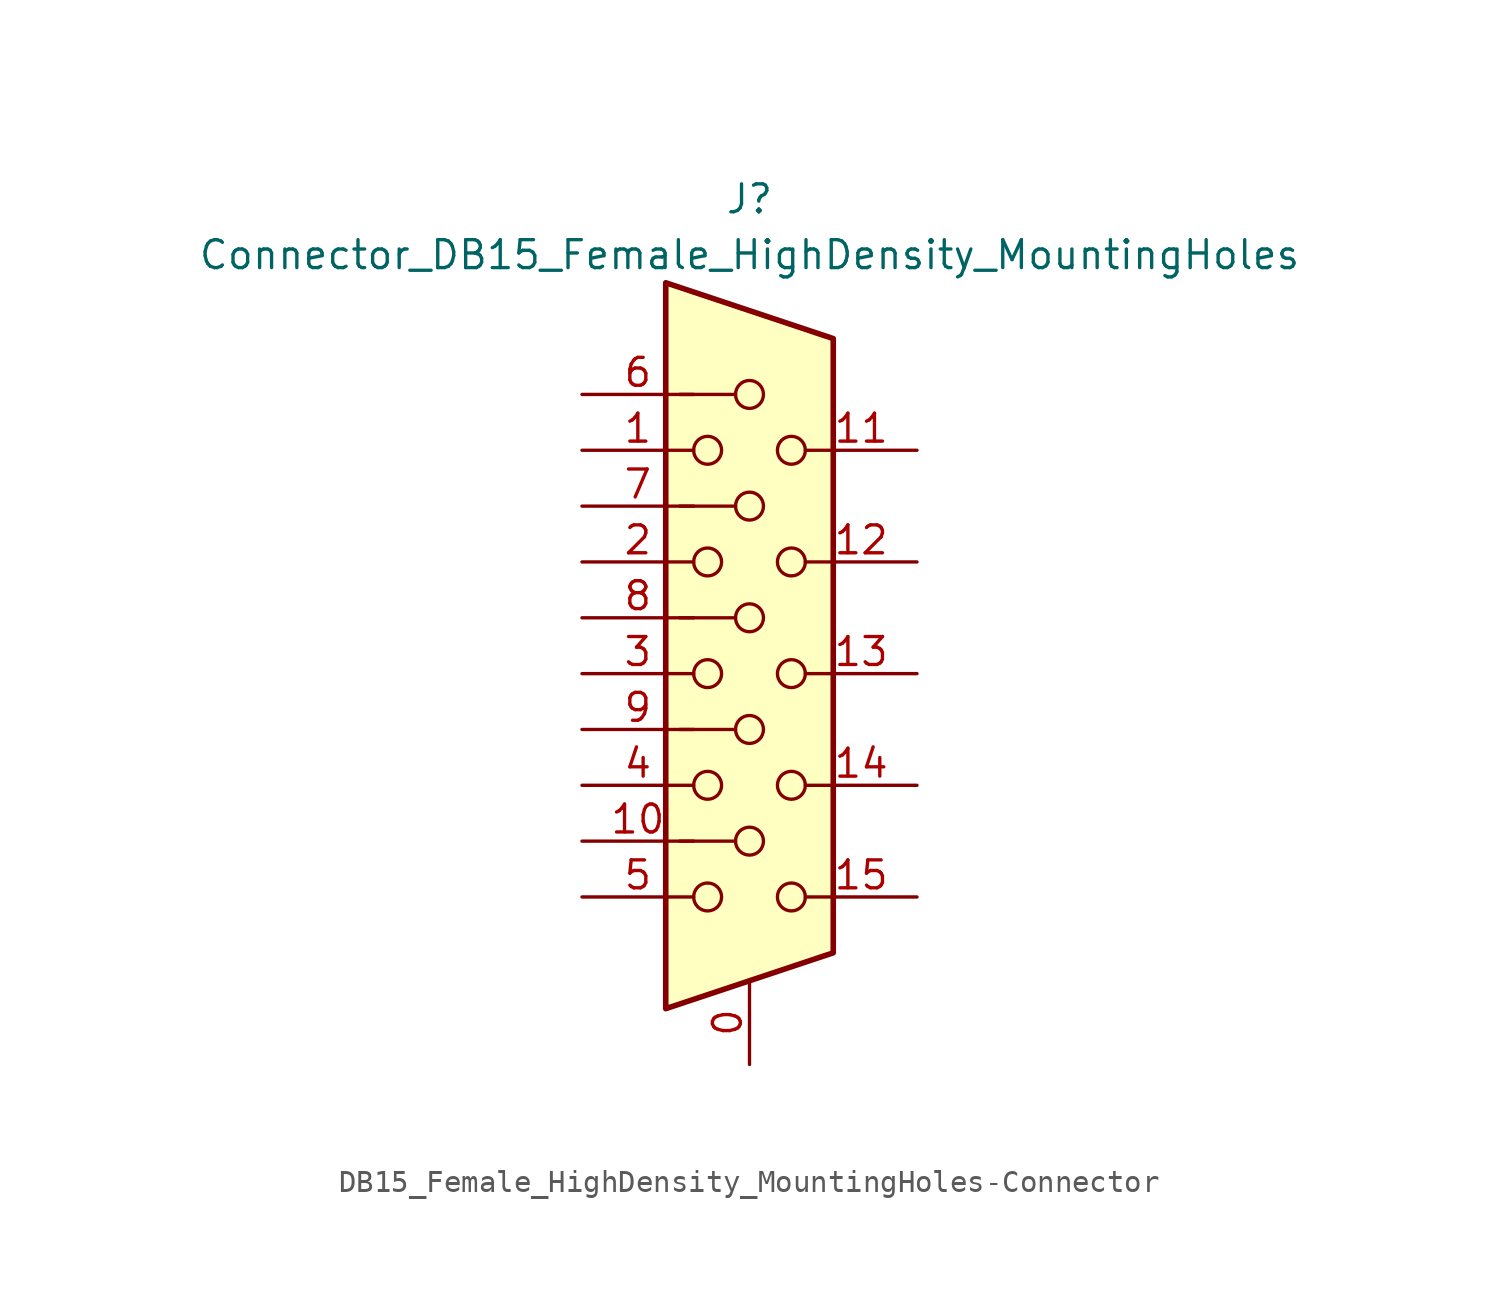
<source format=kicad_sym>
(kicad_symbol_lib
  (version 20220914)
  (generator kicad_symbol_editor)
  (symbol "DB15_Female_HighDensity_MountingHoles-Connector"
    (pin_names
      (offset 1.016) hide)
    (property "Reference" "J"
      (at 0 21.59 0)
      (effects (font (size 1.27 1.27))))
    (property "Value" "Connector_DB15_Female_HighDensity_MountingHoles"
      (at 0 19.05 0)
      (effects (font (size 1.27 1.27))))
    (symbol "DB15_Female_HighDensity_MountingHoles-Connector_0_1"
      (circle (center -1.905 -10.16) (radius 0.635) (stroke (width 0) (type solid)) (fill (type none)))
      (circle (center -1.905 -5.08) (radius 0.635) (stroke (width 0) (type solid)) (fill (type none)))
      (circle (center -1.905 0) (radius 0.635) (stroke (width 0) (type solid)) (fill (type none)))
      (circle (center -1.905 5.08) (radius 0.635) (stroke (width 0) (type solid)) (fill (type none)))
      (circle (center -1.905 10.16) (radius 0.635) (stroke (width 0) (type solid)) (fill (type none)))
      (circle (center 0 -7.62) (radius 0.635) (stroke (width 0) (type solid)) (fill (type none)))
      (circle (center 0 -2.54) (radius 0.635) (stroke (width 0) (type solid)) (fill (type none)))
      (polyline (pts (xy -3.175 7.62) (xy -0.635 7.62)) (stroke (width 0) (type solid)) (fill (type none)))
      (polyline (pts (xy -0.635 -7.62) (xy -3.175 -7.62)) (stroke (width 0) (type solid)) (fill (type none)))
      (polyline (pts (xy -0.635 -2.54) (xy -3.175 -2.54)) (stroke (width 0) (type solid)) (fill (type none)))
      (polyline (pts (xy -0.635 2.54) (xy -3.175 2.54)) (stroke (width 0) (type solid)) (fill (type none)))
      (polyline (pts (xy -0.635 12.7) (xy -3.175 12.7)) (stroke (width 0) (type solid)) (fill (type none)))
      (polyline (pts (xy -3.81 17.78) (xy -3.81 -15.24) (xy 3.81 -12.7) (xy 3.81 15.24) (xy -3.81 17.78)) (stroke (width 0.254) (type solid)) (fill (type background)))
      (circle (center 0 2.54) (radius 0.635) (stroke (width 0) (type solid)) (fill (type none)))
      (circle (center 0 7.62) (radius 0.635) (stroke (width 0) (type solid)) (fill (type none)))
      (circle (center 0 12.7) (radius 0.635) (stroke (width 0) (type solid)) (fill (type none)))
      (circle (center 1.905 -10.16) (radius 0.635) (stroke (width 0) (type solid)) (fill (type none)))
      (circle (center 1.905 -5.08) (radius 0.635) (stroke (width 0) (type solid)) (fill (type none)))
      (circle (center 1.905 0) (radius 0.635) (stroke (width 0) (type solid)) (fill (type none)))
      (circle (center 1.905 5.08) (radius 0.635) (stroke (width 0) (type solid)) (fill (type none)))
      (circle (center 1.905 10.16) (radius 0.635) (stroke (width 0) (type solid)) (fill (type none))))
    (symbol "DB15_Female_HighDensity_MountingHoles-Connector_1_1"
      (pin passive line (at 0 -17.78 90) (length 3.81) (name "~" (effects (font (size 1.27 1.27)))) (number "0" (effects (font (size 1.27 1.27)))))
      (pin passive line (at -7.62 10.16 0) (length 5.08) (name "~" (effects (font (size 1.27 1.27)))) (number "1" (effects (font (size 1.27 1.27)))))
      (pin passive line (at -7.62 -7.62 0) (length 5.08) (name "~" (effects (font (size 1.27 1.27)))) (number "10" (effects (font (size 1.27 1.27)))))
      (pin passive line (at 7.62 10.16 180) (length 5.08) (name "~" (effects (font (size 1.27 1.27)))) (number "11" (effects (font (size 1.27 1.27)))))
      (pin passive line (at 7.62 5.08 180) (length 5.08) (name "~" (effects (font (size 1.27 1.27)))) (number "12" (effects (font (size 1.27 1.27)))))
      (pin passive line (at 7.62 0 180) (length 5.08) (name "~" (effects (font (size 1.27 1.27)))) (number "13" (effects (font (size 1.27 1.27)))))
      (pin passive line (at 7.62 -5.08 180) (length 5.08) (name "~" (effects (font (size 1.27 1.27)))) (number "14" (effects (font (size 1.27 1.27)))))
      (pin passive line (at 7.62 -10.16 180) (length 5.08) (name "~" (effects (font (size 1.27 1.27)))) (number "15" (effects (font (size 1.27 1.27)))))
      (pin passive line (at -7.62 5.08 0) (length 5.08) (name "~" (effects (font (size 1.27 1.27)))) (number "2" (effects (font (size 1.27 1.27)))))
      (pin passive line (at -7.62 0 0) (length 5.08) (name "~" (effects (font (size 1.27 1.27)))) (number "3" (effects (font (size 1.27 1.27)))))
      (pin passive line (at -7.62 -5.08 0) (length 5.08) (name "~" (effects (font (size 1.27 1.27)))) (number "4" (effects (font (size 1.27 1.27)))))
      (pin passive line (at -7.62 -10.16 0) (length 5.08) (name "~" (effects (font (size 1.27 1.27)))) (number "5" (effects (font (size 1.27 1.27)))))
      (pin passive line (at -7.62 12.7 0) (length 5.08) (name "~" (effects (font (size 1.27 1.27)))) (number "6" (effects (font (size 1.27 1.27)))))
      (pin passive line (at -7.62 7.62 0) (length 5.08) (name "~" (effects (font (size 1.27 1.27)))) (number "7" (effects (font (size 1.27 1.27)))))
      (pin passive line (at -7.62 2.54 0) (length 5.08) (name "~" (effects (font (size 1.27 1.27)))) (number "8" (effects (font (size 1.27 1.27)))))
      (pin passive line (at -7.62 -2.54 0) (length 5.08) (name "~" (effects (font (size 1.27 1.27)))) (number "9" (effects (font (size 1.27 1.27))))))))
</source>
